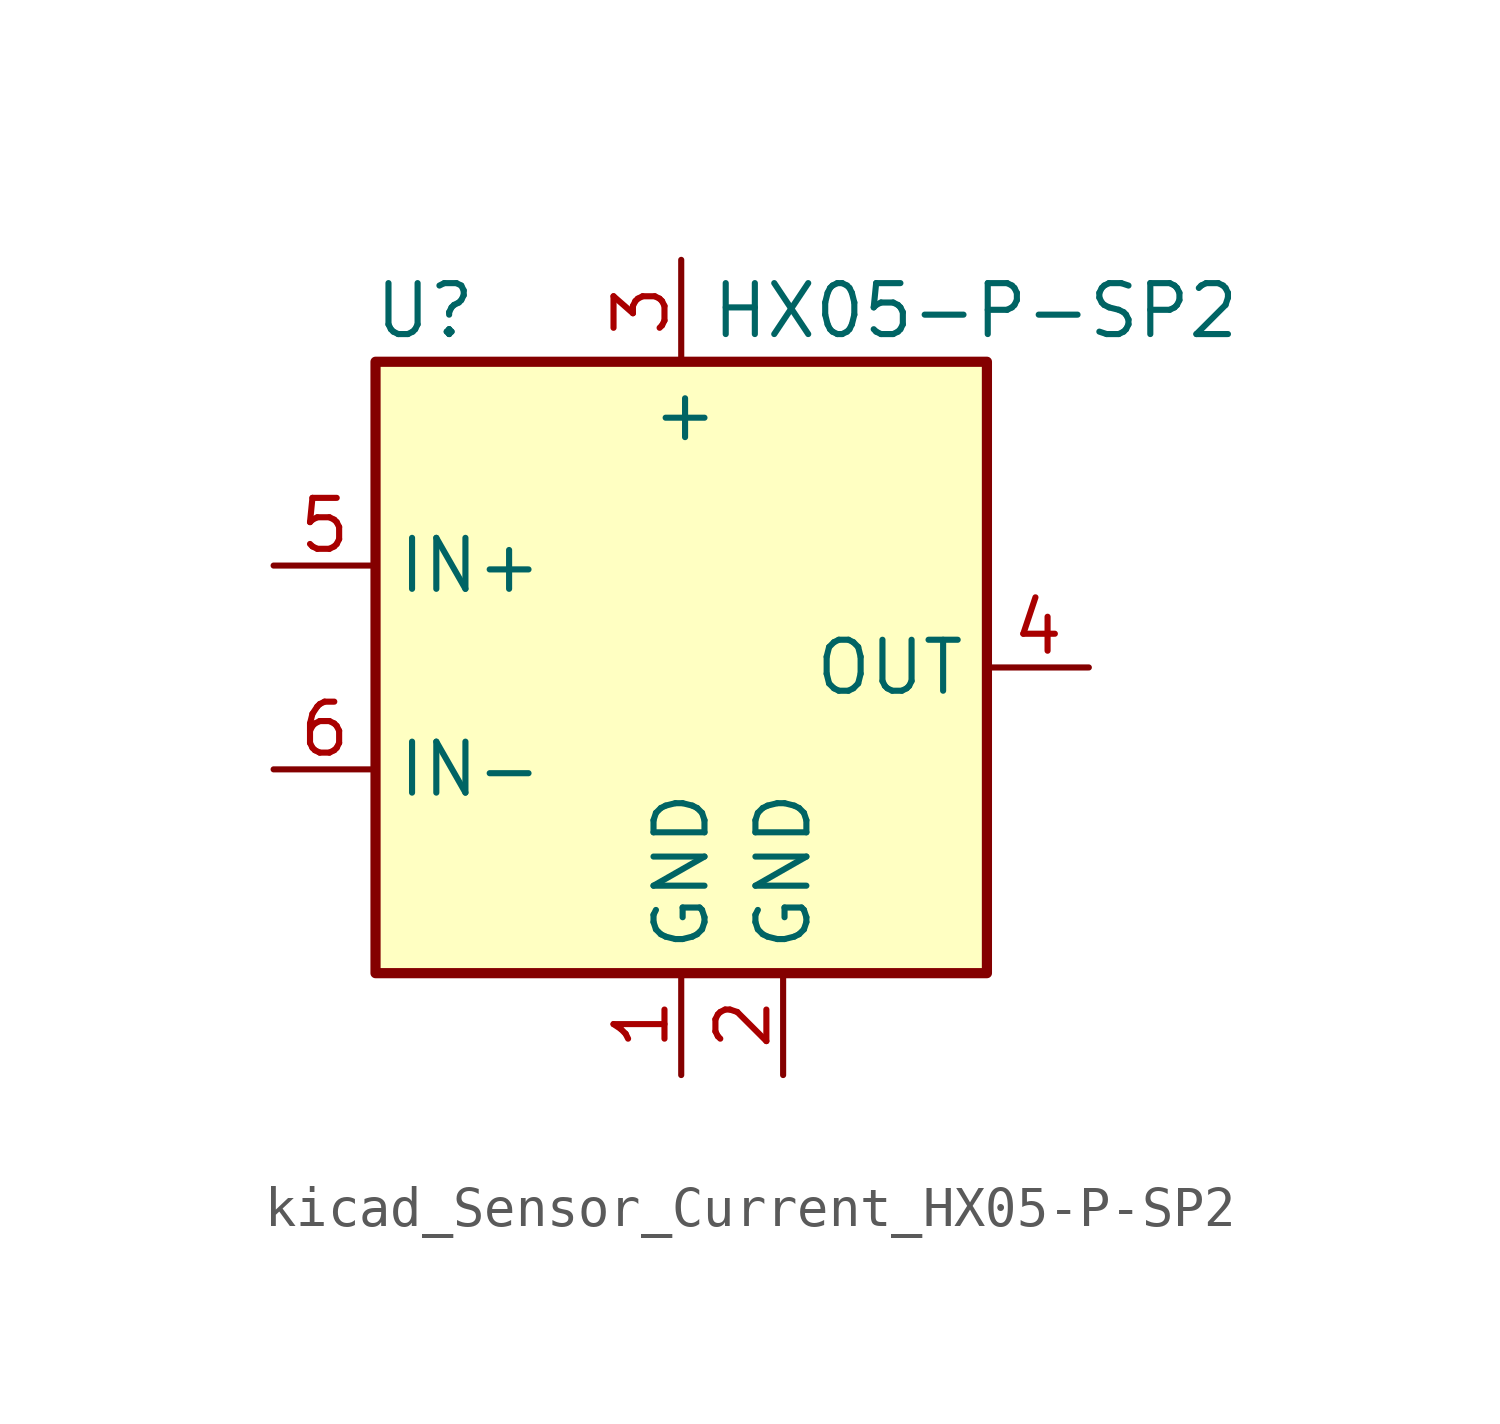
<source format=kicad_sym>
(kicad_symbol_lib
  (version 20220914)
  (generator kicad_symbol_editor)
  (symbol "kicad_Sensor_Current_HX05-P-SP2"
    (property "Reference" "U"
      (at -5.08 8.89 0)
      (effects (font (size 1.27 1.27)) (justify right)))
    (property "Value" "HX05-P-SP2"
      (at 13.97 8.89 0)
      (effects (font (size 1.27 1.27)) (justify right)))
    (symbol "kicad_Sensor_Current_HX05-P-SP2_0_1"
      (rectangle (start -7.62 7.62) (end 7.62 -7.62) (stroke (width 0.254) (type default)) (fill (type background))))
    (symbol "kicad_Sensor_Current_HX05-P-SP2_1_1"
      (pin power_in line (at 0 -10.16 90) (length 2.54) (name "GND" (effects (font (size 1.27 1.27)))) (number "1" (effects (font (size 1.27 1.27)))))
      (pin power_in line (at 2.54 -10.16 90) (length 2.54) (name "GND" (effects (font (size 1.27 1.27)))) (number "2" (effects (font (size 1.27 1.27)))))
      (pin power_in line (at 0 10.16 270) (length 2.54) (name "+" (effects (font (size 1.27 1.27)))) (number "3" (effects (font (size 1.27 1.27)))))
      (pin output line (at 10.16 0 180) (length 2.54) (name "OUT" (effects (font (size 1.27 1.27)))) (number "4" (effects (font (size 1.27 1.27)))))
      (pin passive line (at -10.16 2.54 0) (length 2.54) (name "IN+" (effects (font (size 1.27 1.27)))) (number "5" (effects (font (size 1.27 1.27)))))
      (pin passive line (at -10.16 -2.54 0) (length 2.54) (name "IN-" (effects (font (size 1.27 1.27)))) (number "6" (effects (font (size 1.27 1.27))))))))
</source>
